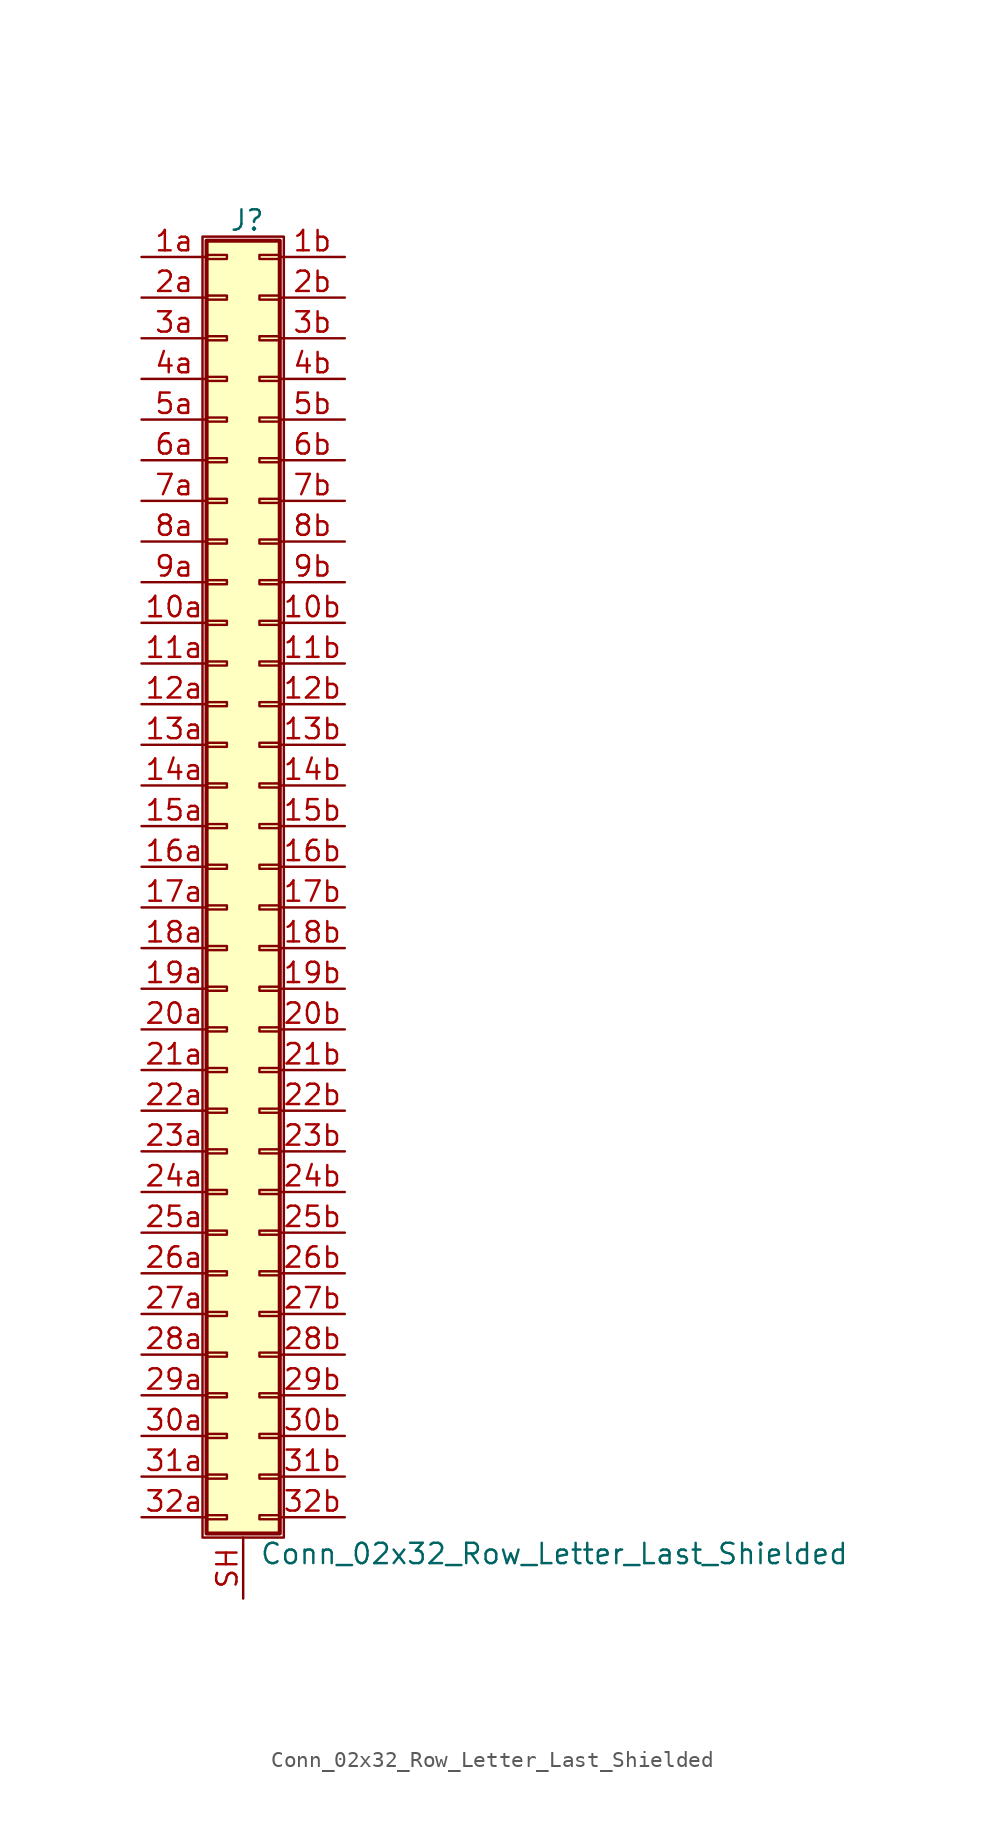
<source format=kicad_sym>
(kicad_symbol_lib
  (version 20201005)
  (generator kicad_symbol_editor)
  (symbol "Conn_02x32_Row_Letter_Last_Shielded"
    (pin_names
      (offset 1.016) hide)
    (property "Reference" "J"
      (at 1.524 40.386 0)
      (effects (font (size 1.27 1.27))))
    (property "Value" "Conn_02x32_Row_Letter_Last_Shielded"
      (at 2.286 -42.926 0)
      (effects (font (size 1.27 1.27)) (justify left)))
    (symbol "Conn_02x32_Row_Letter_Last_Shielded_1_1"
      (rectangle (start -1.27 39.37) (end 3.81 -41.91) (stroke (width 0.152)) (fill (type none)))
      (rectangle (start -1.016 -40.513) (end 0.254 -40.767) (stroke (width 0.152)) (fill (type none)))
      (rectangle (start -1.016 -37.973) (end 0.254 -38.227) (stroke (width 0.152)) (fill (type none)))
      (rectangle (start -1.016 -35.433) (end 0.254 -35.687) (stroke (width 0.152)) (fill (type none)))
      (rectangle (start -1.016 -32.893) (end 0.254 -33.147) (stroke (width 0.152)) (fill (type none)))
      (rectangle (start -1.016 -30.353) (end 0.254 -30.607) (stroke (width 0.152)) (fill (type none)))
      (rectangle (start -1.016 -27.813) (end 0.254 -28.067) (stroke (width 0.152)) (fill (type none)))
      (rectangle (start -1.016 -25.273) (end 0.254 -25.527) (stroke (width 0.152)) (fill (type none)))
      (rectangle (start -1.016 -22.733) (end 0.254 -22.987) (stroke (width 0.152)) (fill (type none)))
      (rectangle (start -1.016 -20.193) (end 0.254 -20.447) (stroke (width 0.152)) (fill (type none)))
      (rectangle (start -1.016 -17.653) (end 0.254 -17.907) (stroke (width 0.152)) (fill (type none)))
      (rectangle (start -1.016 -15.113) (end 0.254 -15.367) (stroke (width 0.152)) (fill (type none)))
      (rectangle (start -1.016 -12.573) (end 0.254 -12.827) (stroke (width 0.152)) (fill (type none)))
      (rectangle (start -1.016 -10.033) (end 0.254 -10.287) (stroke (width 0.152)) (fill (type none)))
      (rectangle (start -1.016 -7.493) (end 0.254 -7.747) (stroke (width 0.152)) (fill (type none)))
      (rectangle (start -1.016 -4.953) (end 0.254 -5.207) (stroke (width 0.152)) (fill (type none)))
      (rectangle (start -1.016 -2.413) (end 0.254 -2.667) (stroke (width 0.152)) (fill (type none)))
      (rectangle (start -1.016 0.127) (end 0.254 -0.127) (stroke (width 0.152)) (fill (type none)))
      (rectangle (start -1.016 2.667) (end 0.254 2.413) (stroke (width 0.152)) (fill (type none)))
      (rectangle (start -1.016 5.207) (end 0.254 4.953) (stroke (width 0.152)) (fill (type none)))
      (rectangle (start -1.016 7.747) (end 0.254 7.493) (stroke (width 0.152)) (fill (type none)))
      (rectangle (start -1.016 10.287) (end 0.254 10.033) (stroke (width 0.152)) (fill (type none)))
      (rectangle (start -1.016 12.827) (end 0.254 12.573) (stroke (width 0.152)) (fill (type none)))
      (rectangle (start -1.016 15.367) (end 0.254 15.113) (stroke (width 0.152)) (fill (type none)))
      (rectangle (start -1.016 17.907) (end 0.254 17.653) (stroke (width 0.152)) (fill (type none)))
      (rectangle (start -1.016 20.447) (end 0.254 20.193) (stroke (width 0.152)) (fill (type none)))
      (rectangle (start -1.016 22.987) (end 0.254 22.733) (stroke (width 0.152)) (fill (type none)))
      (rectangle (start -1.016 25.527) (end 0.254 25.273) (stroke (width 0.152)) (fill (type none)))
      (rectangle (start -1.016 28.067) (end 0.254 27.813) (stroke (width 0.152)) (fill (type none)))
      (rectangle (start -1.016 30.607) (end 0.254 30.353) (stroke (width 0.152)) (fill (type none)))
      (rectangle (start -1.016 33.147) (end 0.254 32.893) (stroke (width 0.152)) (fill (type none)))
      (rectangle (start -1.016 35.687) (end 0.254 35.433) (stroke (width 0.152)) (fill (type none)))
      (rectangle (start -1.016 38.227) (end 0.254 37.973) (stroke (width 0.152)) (fill (type none)))
      (rectangle (start -1.016 39.116) (end 3.556 -41.656) (stroke (width 0.254)) (fill (type background)))
      (rectangle (start 3.556 -40.513) (end 2.286 -40.767) (stroke (width 0.152)) (fill (type none)))
      (rectangle (start 3.556 -37.973) (end 2.286 -38.227) (stroke (width 0.152)) (fill (type none)))
      (rectangle (start 3.556 -35.433) (end 2.286 -35.687) (stroke (width 0.152)) (fill (type none)))
      (rectangle (start 3.556 -32.893) (end 2.286 -33.147) (stroke (width 0.152)) (fill (type none)))
      (rectangle (start 3.556 -30.353) (end 2.286 -30.607) (stroke (width 0.152)) (fill (type none)))
      (rectangle (start 3.556 -27.813) (end 2.286 -28.067) (stroke (width 0.152)) (fill (type none)))
      (rectangle (start 3.556 -25.273) (end 2.286 -25.527) (stroke (width 0.152)) (fill (type none)))
      (rectangle (start 3.556 -22.733) (end 2.286 -22.987) (stroke (width 0.152)) (fill (type none)))
      (rectangle (start 3.556 -20.193) (end 2.286 -20.447) (stroke (width 0.152)) (fill (type none)))
      (rectangle (start 3.556 -17.653) (end 2.286 -17.907) (stroke (width 0.152)) (fill (type none)))
      (rectangle (start 3.556 -15.113) (end 2.286 -15.367) (stroke (width 0.152)) (fill (type none)))
      (rectangle (start 3.556 -12.573) (end 2.286 -12.827) (stroke (width 0.152)) (fill (type none)))
      (rectangle (start 3.556 -10.033) (end 2.286 -10.287) (stroke (width 0.152)) (fill (type none)))
      (rectangle (start 3.556 -7.493) (end 2.286 -7.747) (stroke (width 0.152)) (fill (type none)))
      (rectangle (start 3.556 -4.953) (end 2.286 -5.207) (stroke (width 0.152)) (fill (type none)))
      (rectangle (start 3.556 -2.413) (end 2.286 -2.667) (stroke (width 0.152)) (fill (type none)))
      (rectangle (start 3.556 0.127) (end 2.286 -0.127) (stroke (width 0.152)) (fill (type none)))
      (rectangle (start 3.556 2.667) (end 2.286 2.413) (stroke (width 0.152)) (fill (type none)))
      (rectangle (start 3.556 5.207) (end 2.286 4.953) (stroke (width 0.152)) (fill (type none)))
      (rectangle (start 3.556 7.747) (end 2.286 7.493) (stroke (width 0.152)) (fill (type none)))
      (rectangle (start 3.556 10.287) (end 2.286 10.033) (stroke (width 0.152)) (fill (type none)))
      (rectangle (start 3.556 12.827) (end 2.286 12.573) (stroke (width 0.152)) (fill (type none)))
      (rectangle (start 3.556 15.367) (end 2.286 15.113) (stroke (width 0.152)) (fill (type none)))
      (rectangle (start 3.556 17.907) (end 2.286 17.653) (stroke (width 0.152)) (fill (type none)))
      (rectangle (start 3.556 20.447) (end 2.286 20.193) (stroke (width 0.152)) (fill (type none)))
      (rectangle (start 3.556 22.987) (end 2.286 22.733) (stroke (width 0.152)) (fill (type none)))
      (rectangle (start 3.556 25.527) (end 2.286 25.273) (stroke (width 0.152)) (fill (type none)))
      (rectangle (start 3.556 28.067) (end 2.286 27.813) (stroke (width 0.152)) (fill (type none)))
      (rectangle (start 3.556 30.607) (end 2.286 30.353) (stroke (width 0.152)) (fill (type none)))
      (rectangle (start 3.556 33.147) (end 2.286 32.893) (stroke (width 0.152)) (fill (type none)))
      (rectangle (start 3.556 35.687) (end 2.286 35.433) (stroke (width 0.152)) (fill (type none)))
      (rectangle (start 3.556 38.227) (end 2.286 37.973) (stroke (width 0.152)) (fill (type none)))
      (pin passive line (at -5.08 15.24 0) (length 4.064) (name "Pin_10a" (effects (font (size 1.27 1.27)))) (number "10a" (effects (font (size 1.27 1.27)))))
      (pin passive line (at 7.62 15.24 180) (length 4.064) (name "Pin_10b" (effects (font (size 1.27 1.27)))) (number "10b" (effects (font (size 1.27 1.27)))))
      (pin passive line (at -5.08 12.7 0) (length 4.064) (name "Pin_11a" (effects (font (size 1.27 1.27)))) (number "11a" (effects (font (size 1.27 1.27)))))
      (pin passive line (at 7.62 12.7 180) (length 4.064) (name "Pin_11b" (effects (font (size 1.27 1.27)))) (number "11b" (effects (font (size 1.27 1.27)))))
      (pin passive line (at -5.08 10.16 0) (length 4.064) (name "Pin_12a" (effects (font (size 1.27 1.27)))) (number "12a" (effects (font (size 1.27 1.27)))))
      (pin passive line (at 7.62 10.16 180) (length 4.064) (name "Pin_12b" (effects (font (size 1.27 1.27)))) (number "12b" (effects (font (size 1.27 1.27)))))
      (pin passive line (at -5.08 7.62 0) (length 4.064) (name "Pin_13a" (effects (font (size 1.27 1.27)))) (number "13a" (effects (font (size 1.27 1.27)))))
      (pin passive line (at 7.62 7.62 180) (length 4.064) (name "Pin_13b" (effects (font (size 1.27 1.27)))) (number "13b" (effects (font (size 1.27 1.27)))))
      (pin passive line (at -5.08 5.08 0) (length 4.064) (name "Pin_14a" (effects (font (size 1.27 1.27)))) (number "14a" (effects (font (size 1.27 1.27)))))
      (pin passive line (at 7.62 5.08 180) (length 4.064) (name "Pin_14b" (effects (font (size 1.27 1.27)))) (number "14b" (effects (font (size 1.27 1.27)))))
      (pin passive line (at -5.08 2.54 0) (length 4.064) (name "Pin_15a" (effects (font (size 1.27 1.27)))) (number "15a" (effects (font (size 1.27 1.27)))))
      (pin passive line (at 7.62 2.54 180) (length 4.064) (name "Pin_15b" (effects (font (size 1.27 1.27)))) (number "15b" (effects (font (size 1.27 1.27)))))
      (pin passive line (at -5.08 0 0) (length 4.064) (name "Pin_16a" (effects (font (size 1.27 1.27)))) (number "16a" (effects (font (size 1.27 1.27)))))
      (pin passive line (at 7.62 0 180) (length 4.064) (name "Pin_16b" (effects (font (size 1.27 1.27)))) (number "16b" (effects (font (size 1.27 1.27)))))
      (pin passive line (at -5.08 -2.54 0) (length 4.064) (name "Pin_17a" (effects (font (size 1.27 1.27)))) (number "17a" (effects (font (size 1.27 1.27)))))
      (pin passive line (at 7.62 -2.54 180) (length 4.064) (name "Pin_17b" (effects (font (size 1.27 1.27)))) (number "17b" (effects (font (size 1.27 1.27)))))
      (pin passive line (at -5.08 -5.08 0) (length 4.064) (name "Pin_18a" (effects (font (size 1.27 1.27)))) (number "18a" (effects (font (size 1.27 1.27)))))
      (pin passive line (at 7.62 -5.08 180) (length 4.064) (name "Pin_18b" (effects (font (size 1.27 1.27)))) (number "18b" (effects (font (size 1.27 1.27)))))
      (pin passive line (at -5.08 -7.62 0) (length 4.064) (name "Pin_19a" (effects (font (size 1.27 1.27)))) (number "19a" (effects (font (size 1.27 1.27)))))
      (pin passive line (at 7.62 -7.62 180) (length 4.064) (name "Pin_19b" (effects (font (size 1.27 1.27)))) (number "19b" (effects (font (size 1.27 1.27)))))
      (pin passive line (at -5.08 38.1 0) (length 4.064) (name "Pin_1a" (effects (font (size 1.27 1.27)))) (number "1a" (effects (font (size 1.27 1.27)))))
      (pin passive line (at 7.62 38.1 180) (length 4.064) (name "Pin_1b" (effects (font (size 1.27 1.27)))) (number "1b" (effects (font (size 1.27 1.27)))))
      (pin passive line (at -5.08 -10.16 0) (length 4.064) (name "Pin_20a" (effects (font (size 1.27 1.27)))) (number "20a" (effects (font (size 1.27 1.27)))))
      (pin passive line (at 7.62 -10.16 180) (length 4.064) (name "Pin_20b" (effects (font (size 1.27 1.27)))) (number "20b" (effects (font (size 1.27 1.27)))))
      (pin passive line (at -5.08 -12.7 0) (length 4.064) (name "Pin_21a" (effects (font (size 1.27 1.27)))) (number "21a" (effects (font (size 1.27 1.27)))))
      (pin passive line (at 7.62 -12.7 180) (length 4.064) (name "Pin_21b" (effects (font (size 1.27 1.27)))) (number "21b" (effects (font (size 1.27 1.27)))))
      (pin passive line (at -5.08 -15.24 0) (length 4.064) (name "Pin_22a" (effects (font (size 1.27 1.27)))) (number "22a" (effects (font (size 1.27 1.27)))))
      (pin passive line (at 7.62 -15.24 180) (length 4.064) (name "Pin_22b" (effects (font (size 1.27 1.27)))) (number "22b" (effects (font (size 1.27 1.27)))))
      (pin passive line (at -5.08 -17.78 0) (length 4.064) (name "Pin_23a" (effects (font (size 1.27 1.27)))) (number "23a" (effects (font (size 1.27 1.27)))))
      (pin passive line (at 7.62 -17.78 180) (length 4.064) (name "Pin_23b" (effects (font (size 1.27 1.27)))) (number "23b" (effects (font (size 1.27 1.27)))))
      (pin passive line (at -5.08 -20.32 0) (length 4.064) (name "Pin_24a" (effects (font (size 1.27 1.27)))) (number "24a" (effects (font (size 1.27 1.27)))))
      (pin passive line (at 7.62 -20.32 180) (length 4.064) (name "Pin_24b" (effects (font (size 1.27 1.27)))) (number "24b" (effects (font (size 1.27 1.27)))))
      (pin passive line (at -5.08 -22.86 0) (length 4.064) (name "Pin_25a" (effects (font (size 1.27 1.27)))) (number "25a" (effects (font (size 1.27 1.27)))))
      (pin passive line (at 7.62 -22.86 180) (length 4.064) (name "Pin_25b" (effects (font (size 1.27 1.27)))) (number "25b" (effects (font (size 1.27 1.27)))))
      (pin passive line (at -5.08 -25.4 0) (length 4.064) (name "Pin_26a" (effects (font (size 1.27 1.27)))) (number "26a" (effects (font (size 1.27 1.27)))))
      (pin passive line (at 7.62 -25.4 180) (length 4.064) (name "Pin_26b" (effects (font (size 1.27 1.27)))) (number "26b" (effects (font (size 1.27 1.27)))))
      (pin passive line (at -5.08 -27.94 0) (length 4.064) (name "Pin_27a" (effects (font (size 1.27 1.27)))) (number "27a" (effects (font (size 1.27 1.27)))))
      (pin passive line (at 7.62 -27.94 180) (length 4.064) (name "Pin_27b" (effects (font (size 1.27 1.27)))) (number "27b" (effects (font (size 1.27 1.27)))))
      (pin passive line (at -5.08 -30.48 0) (length 4.064) (name "Pin_28a" (effects (font (size 1.27 1.27)))) (number "28a" (effects (font (size 1.27 1.27)))))
      (pin passive line (at 7.62 -30.48 180) (length 4.064) (name "Pin_28b" (effects (font (size 1.27 1.27)))) (number "28b" (effects (font (size 1.27 1.27)))))
      (pin passive line (at -5.08 -33.02 0) (length 4.064) (name "Pin_29a" (effects (font (size 1.27 1.27)))) (number "29a" (effects (font (size 1.27 1.27)))))
      (pin passive line (at 7.62 -33.02 180) (length 4.064) (name "Pin_29b" (effects (font (size 1.27 1.27)))) (number "29b" (effects (font (size 1.27 1.27)))))
      (pin passive line (at -5.08 35.56 0) (length 4.064) (name "Pin_2a" (effects (font (size 1.27 1.27)))) (number "2a" (effects (font (size 1.27 1.27)))))
      (pin passive line (at 7.62 35.56 180) (length 4.064) (name "Pin_2b" (effects (font (size 1.27 1.27)))) (number "2b" (effects (font (size 1.27 1.27)))))
      (pin passive line (at -5.08 -35.56 0) (length 4.064) (name "Pin_30a" (effects (font (size 1.27 1.27)))) (number "30a" (effects (font (size 1.27 1.27)))))
      (pin passive line (at 7.62 -35.56 180) (length 4.064) (name "Pin_30b" (effects (font (size 1.27 1.27)))) (number "30b" (effects (font (size 1.27 1.27)))))
      (pin passive line (at -5.08 -38.1 0) (length 4.064) (name "Pin_31a" (effects (font (size 1.27 1.27)))) (number "31a" (effects (font (size 1.27 1.27)))))
      (pin passive line (at 7.62 -38.1 180) (length 4.064) (name "Pin_31b" (effects (font (size 1.27 1.27)))) (number "31b" (effects (font (size 1.27 1.27)))))
      (pin passive line (at -5.08 -40.64 0) (length 4.064) (name "Pin_32a" (effects (font (size 1.27 1.27)))) (number "32a" (effects (font (size 1.27 1.27)))))
      (pin passive line (at 7.62 -40.64 180) (length 4.064) (name "Pin_32b" (effects (font (size 1.27 1.27)))) (number "32b" (effects (font (size 1.27 1.27)))))
      (pin passive line (at -5.08 33.02 0) (length 4.064) (name "Pin_3a" (effects (font (size 1.27 1.27)))) (number "3a" (effects (font (size 1.27 1.27)))))
      (pin passive line (at 7.62 33.02 180) (length 4.064) (name "Pin_3b" (effects (font (size 1.27 1.27)))) (number "3b" (effects (font (size 1.27 1.27)))))
      (pin passive line (at -5.08 30.48 0) (length 4.064) (name "Pin_4a" (effects (font (size 1.27 1.27)))) (number "4a" (effects (font (size 1.27 1.27)))))
      (pin passive line (at 7.62 30.48 180) (length 4.064) (name "Pin_4b" (effects (font (size 1.27 1.27)))) (number "4b" (effects (font (size 1.27 1.27)))))
      (pin passive line (at -5.08 27.94 0) (length 4.064) (name "Pin_5a" (effects (font (size 1.27 1.27)))) (number "5a" (effects (font (size 1.27 1.27)))))
      (pin passive line (at 7.62 27.94 180) (length 4.064) (name "Pin_5b" (effects (font (size 1.27 1.27)))) (number "5b" (effects (font (size 1.27 1.27)))))
      (pin passive line (at -5.08 25.4 0) (length 4.064) (name "Pin_6a" (effects (font (size 1.27 1.27)))) (number "6a" (effects (font (size 1.27 1.27)))))
      (pin passive line (at 7.62 25.4 180) (length 4.064) (name "Pin_6b" (effects (font (size 1.27 1.27)))) (number "6b" (effects (font (size 1.27 1.27)))))
      (pin passive line (at -5.08 22.86 0) (length 4.064) (name "Pin_7a" (effects (font (size 1.27 1.27)))) (number "7a" (effects (font (size 1.27 1.27)))))
      (pin passive line (at 7.62 22.86 180) (length 4.064) (name "Pin_7b" (effects (font (size 1.27 1.27)))) (number "7b" (effects (font (size 1.27 1.27)))))
      (pin passive line (at -5.08 20.32 0) (length 4.064) (name "Pin_8a" (effects (font (size 1.27 1.27)))) (number "8a" (effects (font (size 1.27 1.27)))))
      (pin passive line (at 7.62 20.32 180) (length 4.064) (name "Pin_8b" (effects (font (size 1.27 1.27)))) (number "8b" (effects (font (size 1.27 1.27)))))
      (pin passive line (at -5.08 17.78 0) (length 4.064) (name "Pin_9a" (effects (font (size 1.27 1.27)))) (number "9a" (effects (font (size 1.27 1.27)))))
      (pin passive line (at 7.62 17.78 180) (length 4.064) (name "Pin_9b" (effects (font (size 1.27 1.27)))) (number "9b" (effects (font (size 1.27 1.27)))))
      (pin passive line (at 1.27 -45.72 90) (length 3.81) (name "Shield" (effects (font (size 1.27 1.27)))) (number "SH" (effects (font (size 1.27 1.27))))))))
</source>
